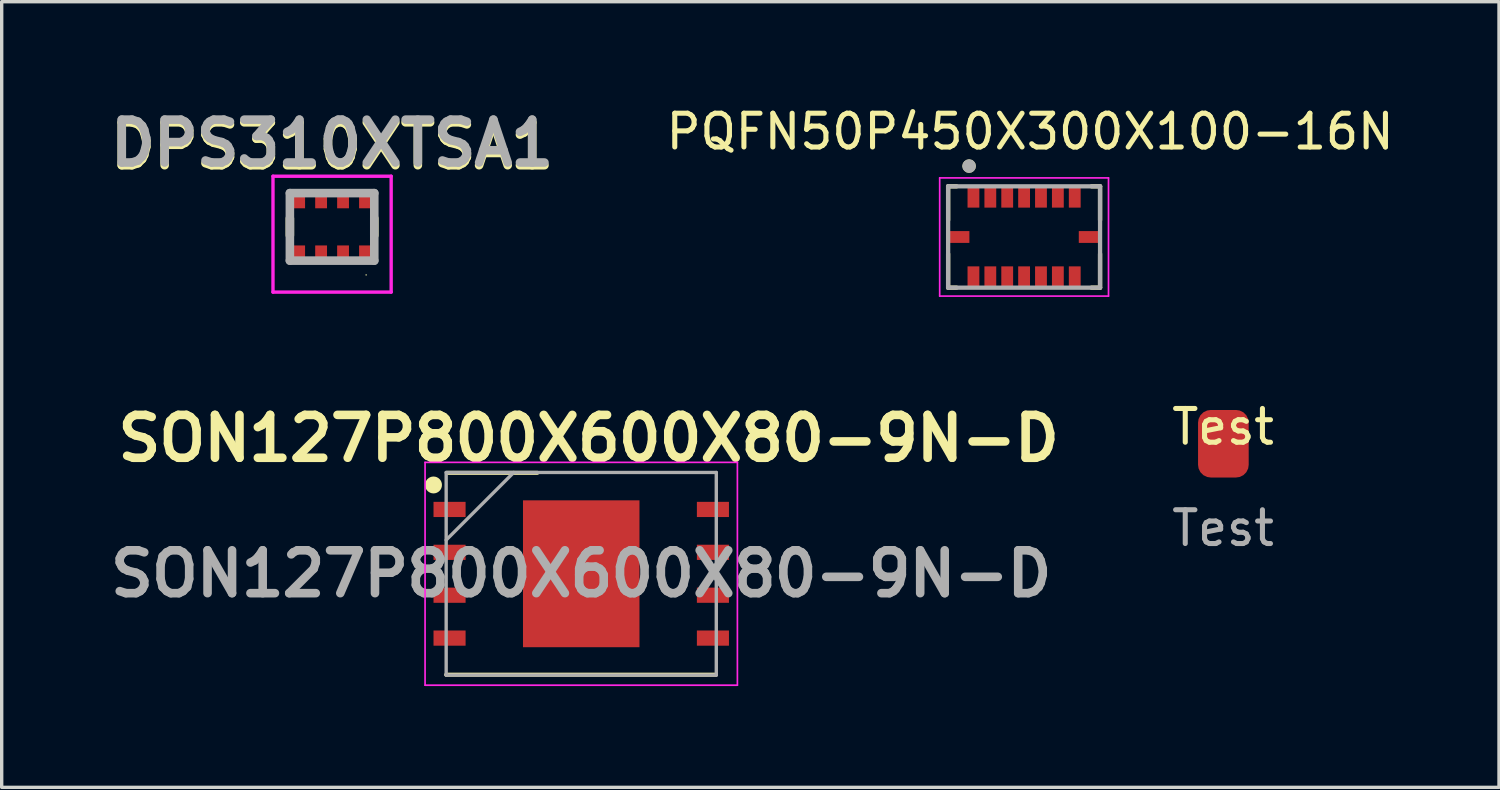
<source format=kicad_pcb>
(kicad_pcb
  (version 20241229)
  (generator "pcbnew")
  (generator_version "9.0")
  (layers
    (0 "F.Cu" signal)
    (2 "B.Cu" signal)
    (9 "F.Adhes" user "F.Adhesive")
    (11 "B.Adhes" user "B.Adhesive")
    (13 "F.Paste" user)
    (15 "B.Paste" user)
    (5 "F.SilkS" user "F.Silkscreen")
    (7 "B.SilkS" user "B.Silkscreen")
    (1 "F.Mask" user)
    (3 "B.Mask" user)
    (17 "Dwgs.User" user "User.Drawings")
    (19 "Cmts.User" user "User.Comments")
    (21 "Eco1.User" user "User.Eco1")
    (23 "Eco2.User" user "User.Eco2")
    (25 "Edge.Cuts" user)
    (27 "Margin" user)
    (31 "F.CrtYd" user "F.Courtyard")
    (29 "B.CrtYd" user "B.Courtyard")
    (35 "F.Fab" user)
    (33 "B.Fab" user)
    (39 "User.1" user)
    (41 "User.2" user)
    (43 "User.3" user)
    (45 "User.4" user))
  (footprint "DPS310XTSA1"
    (layer "F.Cu")
    (at 6.785 3.669)
    (property "Reference" "DPS310XTSA1" (at 0 -2.4 0) (layer "F.SilkS") (effects (font (size 1.27 1.27) (thickness 0.254))))
    (attr smd)
    (fp_line (start -1.25 -0.25) (end -1.25 0.25) (stroke (width 0.254) (type solid)) (layer "F.SilkS"))
    (fp_line (start 1.001 1.424) (end 1.001 1.424) (stroke (width 0.016) (type solid)) (layer "F.SilkS"))
    (fp_line (start 1.017 1.424) (end 1.017 1.424) (stroke (width 0.016) (type solid)) (layer "F.SilkS"))
    (fp_line (start 1.25 -0.25) (end 1.25 0.25) (stroke (width 0.254) (type solid)) (layer "F.SilkS"))
    (fp_arc (start 1.001 1.424) (mid 1.009 1.416) (end 1.017 1.424) (stroke (width 0.016) (type solid)) (layer "F.SilkS"))
    (fp_arc (start 1.017 1.424) (mid 1.009 1.432) (end 1.001 1.424) (stroke (width 0.016) (type solid)) (layer "F.SilkS"))
    (fp_line (start -1.75 -1.5) (end 1.75 -1.5) (stroke (width 0.1) (type solid)) (layer "F.CrtYd"))
    (fp_line (start -1.75 1.932) (end -1.75 -1.5) (stroke (width 0.1) (type solid)) (layer "F.CrtYd"))
    (fp_line (start 1.75 -1.5) (end 1.75 1.932) (stroke (width 0.1) (type solid)) (layer "F.CrtYd"))
    (fp_line (start 1.75 1.932) (end -1.75 1.932) (stroke (width 0.1) (type solid)) (layer "F.CrtYd"))
    (fp_line (start -1.25 -1) (end 1.25 -1) (stroke (width 0.254) (type solid)) (layer "F.Fab"))
    (fp_line (start -1.25 1) (end -1.25 -1) (stroke (width 0.254) (type solid)) (layer "F.Fab"))
    (fp_line (start 1.25 -1) (end 1.25 1) (stroke (width 0.254) (type solid)) (layer "F.Fab"))
    (fp_line (start 1.25 1) (end -1.25 1) (stroke (width 0.254) (type solid)) (layer "F.Fab"))
    (fp_text user "${REFERENCE}" (at 0 -2.48 0) (layer "F.Fab") (effects (font (size 1.27 1.27) (thickness 0.254))))
    (pad "1" smd rect (at 0.975 0.725 90) (size 0.35 0.35) (layers "F.Cu" "F.Mask" "F.Paste"))
    (pad "2" smd rect (at 0.325 0.725 90) (size 0.35 0.35) (layers "F.Cu" "F.Mask" "F.Paste"))
    (pad "3" smd rect (at -0.325 0.725 90) (size 0.35 0.35) (layers "F.Cu" "F.Mask" "F.Paste"))
    (pad "4" smd rect (at -0.975 0.725 90) (size 0.35 0.35) (layers "F.Cu" "F.Mask" "F.Paste"))
    (pad "5" smd rect (at -0.975 -0.725 90) (size 0.35 0.35) (layers "F.Cu" "F.Mask" "F.Paste"))
    (pad "6" smd rect (at -0.325 -0.725 90) (size 0.35 0.35) (layers "F.Cu" "F.Mask" "F.Paste"))
    (pad "7" smd rect (at 0.325 -0.725 90) (size 0.35 0.35) (layers "F.Cu" "F.Mask" "F.Paste"))
    (pad "8" smd rect (at 0.975 -0.725 90) (size 0.35 0.35) (layers "F.Cu" "F.Mask" "F.Paste")))
  (footprint "Test"
    (layer "F.Cu")
    (at 33.172 10.092)
    (property "Reference" "Test" (at 0 -0.5 0) (unlocked yes) (layer "F.SilkS") (effects (font (size 1 1) (thickness 0.15))))
    (attr smd)
    (fp_text user "${REFERENCE}" (at 0 2.5 0) (unlocked yes) (layer "F.Fab") (effects (font (size 1 1) (thickness 0.15))))
    (pad "1" smd roundrect (at 0.01 0) (size 1.5 2) (layers "F.Cu" "F.Mask" "F.Paste") (roundrect_rratio 0.25)))
  (footprint "SON127P800X600X80-9N-D"
    (layer "F.Cu")
    (at 14.164 13.943)
    (property "Reference" "SON127P800X600X80-9N-D" (at 0.22 -4.01 0) (layer "F.SilkS") (effects (font (size 1.27 1.27) (thickness 0.254))))
    (attr smd)
    (fp_line (start -3.97 -2.99) (end -1.3 -2.99) (stroke (width 0.12) (type default)) (layer "F.SilkS"))
    (fp_line (start 3.99 2.99) (end -4 2.99) (stroke (width 0.12) (type default)) (layer "F.SilkS"))
    (fp_circle (center -4.375 -2.63) (end -4.375 -2.505) (stroke (width 0.25) (type solid)) (fill no) (layer "F.SilkS"))
    (fp_line (start -4.625 -3.3) (end 4.625 -3.3) (stroke (width 0.05) (type solid)) (layer "F.CrtYd"))
    (fp_line (start -4.625 3.3) (end -4.625 -3.3) (stroke (width 0.05) (type solid)) (layer "F.CrtYd"))
    (fp_line (start 4.625 -3.3) (end 4.625 3.3) (stroke (width 0.05) (type solid)) (layer "F.CrtYd"))
    (fp_line (start 4.625 3.3) (end -4.625 3.3) (stroke (width 0.05) (type solid)) (layer "F.CrtYd"))
    (fp_line (start -4 -3) (end 4 -3) (stroke (width 0.1) (type solid)) (layer "F.Fab"))
    (fp_line (start -4 -1) (end -2 -3) (stroke (width 0.1) (type solid)) (layer "F.Fab"))
    (fp_line (start -4 3) (end -4 -3) (stroke (width 0.1) (type solid)) (layer "F.Fab"))
    (fp_line (start 4 -3) (end 4 3) (stroke (width 0.1) (type solid)) (layer "F.Fab"))
    (fp_line (start 4 3) (end -4 3) (stroke (width 0.1) (type solid)) (layer "F.Fab"))
    (fp_text user "${REFERENCE}" (at 0 0 0) (layer "F.Fab") (effects (font (size 1.27 1.27) (thickness 0.254))))
    (pad "1" smd rect (at -3.9 -1.905 90) (size 0.45 0.95) (layers "F.Cu" "F.Mask" "F.Paste"))
    (pad "2" smd rect (at -3.9 -0.635 90) (size 0.45 0.95) (layers "F.Cu" "F.Mask" "F.Paste"))
    (pad "3" smd rect (at -3.9 0.635 90) (size 0.45 0.95) (layers "F.Cu" "F.Mask" "F.Paste"))
    (pad "4" smd rect (at -3.9 1.905 90) (size 0.45 0.95) (layers "F.Cu" "F.Mask" "F.Paste"))
    (pad "5" smd rect (at 3.9 1.905 90) (size 0.45 0.95) (layers "F.Cu" "F.Mask" "F.Paste"))
    (pad "6" smd rect (at 3.9 0.635 90) (size 0.45 0.95) (layers "F.Cu" "F.Mask" "F.Paste"))
    (pad "7" smd rect (at 3.9 -0.635 90) (size 0.45 0.95) (layers "F.Cu" "F.Mask" "F.Paste"))
    (pad "8" smd rect (at 3.9 -1.905 90) (size 0.45 0.95) (layers "F.Cu" "F.Mask" "F.Paste"))
    (pad "9" smd rect (at 0 0) (size 3.45 4.35) (layers "F.Cu" "F.Mask" "F.Paste")))
  (footprint "PQFN50P450X300X100-16N"
    (layer "F.Cu")
    (at 27.28 3.969)
    (property "Reference" "PQFN50P450X300X100-16N" (at 0.178 -3.121 0) (layer "F.SilkS") (effects (font (size 1 1) (thickness 0.15))))
    (attr smd)
    (fp_line (start -2.25 -1.5) (end -2 -1.5) (stroke (width 0.127) (type solid)) (layer "F.SilkS"))
    (fp_line (start -2.25 -0.5) (end -2.25 -1.5) (stroke (width 0.127) (type solid)) (layer "F.SilkS"))
    (fp_line (start -2.25 1.5) (end -2.25 0.5) (stroke (width 0.127) (type solid)) (layer "F.SilkS"))
    (fp_line (start -2 1.5) (end -2.25 1.5) (stroke (width 0.127) (type solid)) (layer "F.SilkS"))
    (fp_line (start 2.25 -1.5) (end 2 -1.5) (stroke (width 0.127) (type solid)) (layer "F.SilkS"))
    (fp_line (start 2.25 -0.5) (end 2.25 -1.5) (stroke (width 0.127) (type solid)) (layer "F.SilkS"))
    (fp_line (start 2.25 0.5) (end 2.25 1.5) (stroke (width 0.127) (type solid)) (layer "F.SilkS"))
    (fp_line (start 2.25 1.5) (end 2 1.5) (stroke (width 0.127) (type solid)) (layer "F.SilkS"))
    (fp_circle (center -1.629 -2.1) (end -1.529 -2.1) (stroke (width 0.2) (type solid)) (fill no) (layer "F.SilkS"))
    (fp_line (start -2.5 -1.75) (end 2.5 -1.75) (stroke (width 0.05) (type solid)) (layer "F.CrtYd"))
    (fp_line (start -2.5 1.75) (end -2.5 -1.75) (stroke (width 0.05) (type solid)) (layer "F.CrtYd"))
    (fp_line (start 2.5 -1.75) (end 2.5 1.75) (stroke (width 0.05) (type solid)) (layer "F.CrtYd"))
    (fp_line (start 2.5 1.75) (end -2.5 1.75) (stroke (width 0.05) (type solid)) (layer "F.CrtYd"))
    (fp_line (start -2.25 -1.5) (end 2.25 -1.5) (stroke (width 0.127) (type solid)) (layer "F.Fab"))
    (fp_line (start -2.25 1.5) (end -2.25 -1.5) (stroke (width 0.127) (type solid)) (layer "F.Fab"))
    (fp_line (start 2.25 -1.5) (end 2.25 1.5) (stroke (width 0.127) (type solid)) (layer "F.Fab"))
    (fp_line (start 2.25 1.5) (end -2.25 1.5) (stroke (width 0.127) (type solid)) (layer "F.Fab"))
    (fp_circle (center -1.629 -2.1) (end -1.529 -2.1) (stroke (width 0.2) (type solid)) (fill no) (layer "F.Fab"))
    (pad "1" smd rect (at -1.5 -1.165 270) (size 0.59 0.35) (layers "F.Cu" "F.Mask" "F.Paste"))
    (pad "2" smd rect (at -1 -1.165 270) (size 0.59 0.35) (layers "F.Cu" "F.Mask" "F.Paste"))
    (pad "3" smd rect (at -0.5 -1.165 270) (size 0.59 0.35) (layers "F.Cu" "F.Mask" "F.Paste"))
    (pad "4" smd rect (at 0 -1.165 270) (size 0.59 0.35) (layers "F.Cu" "F.Mask" "F.Paste"))
    (pad "5" smd rect (at 0.5 -1.165 270) (size 0.59 0.35) (layers "F.Cu" "F.Mask" "F.Paste"))
    (pad "6" smd rect (at 1 -1.165 270) (size 0.59 0.35) (layers "F.Cu" "F.Mask" "F.Paste"))
    (pad "7" smd rect (at 1.5 -1.165 270) (size 0.59 0.35) (layers "F.Cu" "F.Mask" "F.Paste"))
    (pad "8" smd rect (at 1.915 0 180) (size 0.59 0.35) (layers "F.Cu" "F.Mask" "F.Paste"))
    (pad "9" smd rect (at 1.5 1.165 90) (size 0.59 0.35) (layers "F.Cu" "F.Mask" "F.Paste"))
    (pad "10" smd rect (at 1 1.165 90) (size 0.59 0.35) (layers "F.Cu" "F.Mask" "F.Paste"))
    (pad "11" smd rect (at 0.5 1.165 90) (size 0.59 0.35) (layers "F.Cu" "F.Mask" "F.Paste"))
    (pad "12" smd rect (at 0 1.165 90) (size 0.59 0.35) (layers "F.Cu" "F.Mask" "F.Paste"))
    (pad "13" smd rect (at -0.5 1.165 90) (size 0.59 0.35) (layers "F.Cu" "F.Mask" "F.Paste"))
    (pad "14" smd rect (at -1 1.165 90) (size 0.59 0.35) (layers "F.Cu" "F.Mask" "F.Paste"))
    (pad "15" smd rect (at -1.5 1.165 90) (size 0.59 0.35) (layers "F.Cu" "F.Mask" "F.Paste"))
    (pad "16" smd rect (at -1.915 0) (size 0.59 0.35) (layers "F.Cu" "F.Mask" "F.Paste")))
  (gr_rect
    (start -3 -3)
    (end 41.345 20.268)
    (stroke (width 0.1) (type default))
    (fill no)
    (layer "Edge.Cuts")))
</source>
